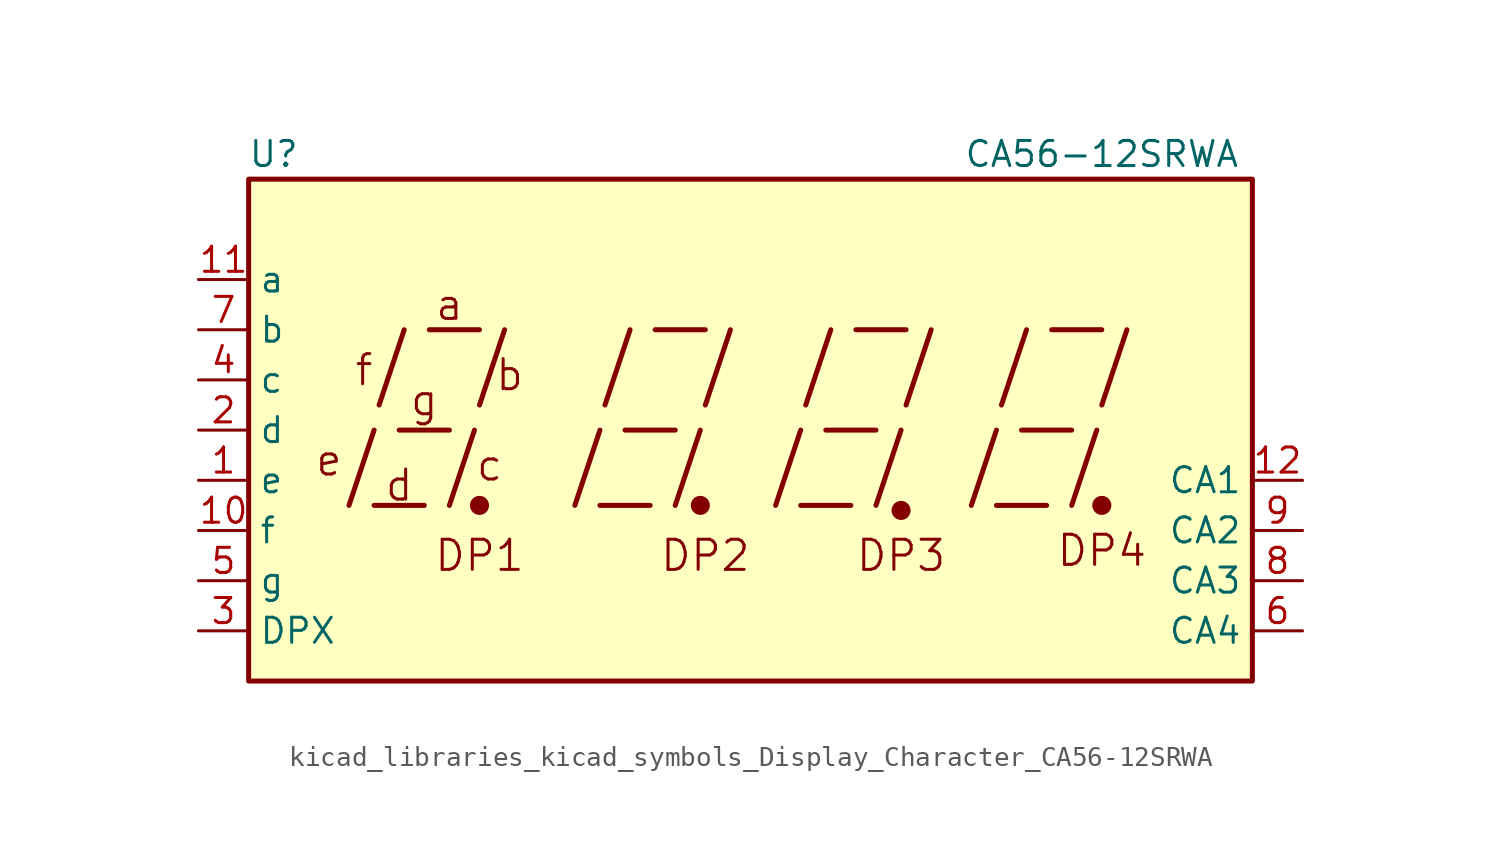
<source format=kicad_sym>
(kicad_symbol_lib
  (version 20220914)
  (generator kicad_symbol_editor)
  (symbol "kicad_libraries_kicad_symbols_Display_Character_CA56-12SRWA"
    (property "Reference" "U"
      (at -24.13 13.97 0)
      (effects (font (size 1.27 1.27))))
    (property "Value" "CA56-12SRWA"
      (at 17.78 13.97 0)
      (effects (font (size 1.27 1.27))))
    (symbol "kicad_libraries_kicad_symbols_Display_Character_CA56-12SRWA_0_0"
      (rectangle (start -25.4 12.7) (end 25.4 -12.7) (stroke (width 0.254) (type default)) (fill (type background)))
      (polyline (pts (xy -20.32 -3.81) (xy -19.05 0)) (stroke (width 0.254) (type default)) (fill (type none)))
      (polyline (pts (xy -19.05 -3.81) (xy -16.51 -3.81)) (stroke (width 0.254) (type default)) (fill (type none)))
      (polyline (pts (xy -18.796 1.27) (xy -17.526 5.08)) (stroke (width 0.254) (type default)) (fill (type none)))
      (polyline (pts (xy -17.78 0) (xy -15.24 0)) (stroke (width 0.254) (type default)) (fill (type none)))
      (polyline (pts (xy -16.256 5.08) (xy -13.716 5.08)) (stroke (width 0.254) (type default)) (fill (type none)))
      (polyline (pts (xy -15.24 -3.81) (xy -13.97 0)) (stroke (width 0.254) (type default)) (fill (type none)))
      (polyline (pts (xy -13.716 1.27) (xy -12.446 5.08)) (stroke (width 0.254) (type default)) (fill (type none)))
      (polyline (pts (xy -8.89 -3.81) (xy -7.62 0)) (stroke (width 0.254) (type default)) (fill (type none)))
      (polyline (pts (xy -7.62 -3.81) (xy -5.08 -3.81)) (stroke (width 0.254) (type default)) (fill (type none)))
      (polyline (pts (xy -7.366 1.27) (xy -6.096 5.08)) (stroke (width 0.254) (type default)) (fill (type none)))
      (polyline (pts (xy -6.35 0) (xy -3.81 0)) (stroke (width 0.254) (type default)) (fill (type none)))
      (polyline (pts (xy -4.826 5.08) (xy -2.286 5.08)) (stroke (width 0.254) (type default)) (fill (type none)))
      (polyline (pts (xy -3.81 -3.81) (xy -2.54 0)) (stroke (width 0.254) (type default)) (fill (type none)))
      (polyline (pts (xy -2.286 1.27) (xy -1.016 5.08)) (stroke (width 0.254) (type default)) (fill (type none)))
      (polyline (pts (xy 1.27 -3.81) (xy 2.54 0)) (stroke (width 0.254) (type default)) (fill (type none)))
      (polyline (pts (xy 2.54 -3.81) (xy 5.08 -3.81)) (stroke (width 0.254) (type default)) (fill (type none)))
      (polyline (pts (xy 2.794 1.27) (xy 4.064 5.08)) (stroke (width 0.254) (type default)) (fill (type none)))
      (polyline (pts (xy 3.81 0) (xy 6.35 0)) (stroke (width 0.254) (type default)) (fill (type none)))
      (polyline (pts (xy 5.334 5.08) (xy 7.874 5.08)) (stroke (width 0.254) (type default)) (fill (type none)))
      (polyline (pts (xy 6.35 -3.81) (xy 7.62 0)) (stroke (width 0.254) (type default)) (fill (type none)))
      (polyline (pts (xy 7.874 1.27) (xy 9.144 5.08)) (stroke (width 0.254) (type default)) (fill (type none)))
      (polyline (pts (xy 11.176 -3.81) (xy 12.446 0)) (stroke (width 0.254) (type default)) (fill (type none)))
      (polyline (pts (xy 12.446 -3.81) (xy 14.986 -3.81)) (stroke (width 0.254) (type default)) (fill (type none)))
      (polyline (pts (xy 12.7 1.27) (xy 13.97 5.08)) (stroke (width 0.254) (type default)) (fill (type none)))
      (polyline (pts (xy 13.716 0) (xy 16.256 0)) (stroke (width 0.254) (type default)) (fill (type none)))
      (polyline (pts (xy 15.24 5.08) (xy 17.78 5.08)) (stroke (width 0.254) (type default)) (fill (type none)))
      (polyline (pts (xy 16.256 -3.81) (xy 17.526 0)) (stroke (width 0.254) (type default)) (fill (type none)))
      (polyline (pts (xy 17.78 1.27) (xy 19.05 5.08)) (stroke (width 0.254) (type default)) (fill (type none)))
      (text "a" (at -15.24 6.35 0) (effects (font (size 1.524 1.524))))
      (text "b" (at -12.192 2.794 0) (effects (font (size 1.524 1.524))))
      (text "c" (at -13.208 -1.778 0) (effects (font (size 1.524 1.524))))
      (text "d" (at -17.78 -2.794 0) (effects (font (size 1.524 1.524))))
      (text "DP1" (at -13.716 -6.35 0) (effects (font (size 1.524 1.524))))
      (text "DP2" (at -2.286 -6.35 0) (effects (font (size 1.524 1.524))))
      (text "DP3" (at 7.62 -6.35 0) (effects (font (size 1.524 1.524))))
      (text "DP4" (at 17.78 -6.096 0) (effects (font (size 1.524 1.524))))
      (text "e" (at -21.336 -1.524 0) (effects (font (size 1.524 1.524))))
      (text "f" (at -19.558 3.048 0) (effects (font (size 1.524 1.524))))
      (text "g" (at -16.51 1.524 0) (effects (font (size 1.524 1.524)))))
    (symbol "kicad_libraries_kicad_symbols_Display_Character_CA56-12SRWA_0_1"
      (circle (center -13.716 -3.81) (radius 0.356) (stroke (width 0.254) (type default)) (fill (type outline)))
      (circle (center -2.54 -3.81) (radius 0.356) (stroke (width 0.254) (type default)) (fill (type outline))))
    (symbol "kicad_libraries_kicad_symbols_Display_Character_CA56-12SRWA_1_0"
      (circle (center 7.62 -4.064) (radius 0.356) (stroke (width 0.254) (type default)) (fill (type outline)))
      (circle (center 17.78 -3.81) (radius 0.356) (stroke (width 0.254) (type default)) (fill (type outline))))
    (symbol "kicad_libraries_kicad_symbols_Display_Character_CA56-12SRWA_1_1"
      (pin input line (at -27.94 -2.54 0) (length 2.54) (name "e" (effects (font (size 1.27 1.27)))) (number "1" (effects (font (size 1.27 1.27)))))
      (pin input line (at -27.94 -5.08 0) (length 2.54) (name "f" (effects (font (size 1.27 1.27)))) (number "10" (effects (font (size 1.27 1.27)))))
      (pin input line (at -27.94 7.62 0) (length 2.54) (name "a" (effects (font (size 1.27 1.27)))) (number "11" (effects (font (size 1.27 1.27)))))
      (pin input line (at 27.94 -2.54 180) (length 2.54) (name "CA1" (effects (font (size 1.27 1.27)))) (number "12" (effects (font (size 1.27 1.27)))))
      (pin input line (at -27.94 0 0) (length 2.54) (name "d" (effects (font (size 1.27 1.27)))) (number "2" (effects (font (size 1.27 1.27)))))
      (pin input line (at -27.94 -10.16 0) (length 2.54) (name "DPX" (effects (font (size 1.27 1.27)))) (number "3" (effects (font (size 1.27 1.27)))))
      (pin input line (at -27.94 2.54 0) (length 2.54) (name "c" (effects (font (size 1.27 1.27)))) (number "4" (effects (font (size 1.27 1.27)))))
      (pin input line (at -27.94 -7.62 0) (length 2.54) (name "g" (effects (font (size 1.27 1.27)))) (number "5" (effects (font (size 1.27 1.27)))))
      (pin input line (at 27.94 -10.16 180) (length 2.54) (name "CA4" (effects (font (size 1.27 1.27)))) (number "6" (effects (font (size 1.27 1.27)))))
      (pin input line (at -27.94 5.08 0) (length 2.54) (name "b" (effects (font (size 1.27 1.27)))) (number "7" (effects (font (size 1.27 1.27)))))
      (pin input line (at 27.94 -7.62 180) (length 2.54) (name "CA3" (effects (font (size 1.27 1.27)))) (number "8" (effects (font (size 1.27 1.27)))))
      (pin input line (at 27.94 -5.08 180) (length 2.54) (name "CA2" (effects (font (size 1.27 1.27)))) (number "9" (effects (font (size 1.27 1.27))))))))
</source>
